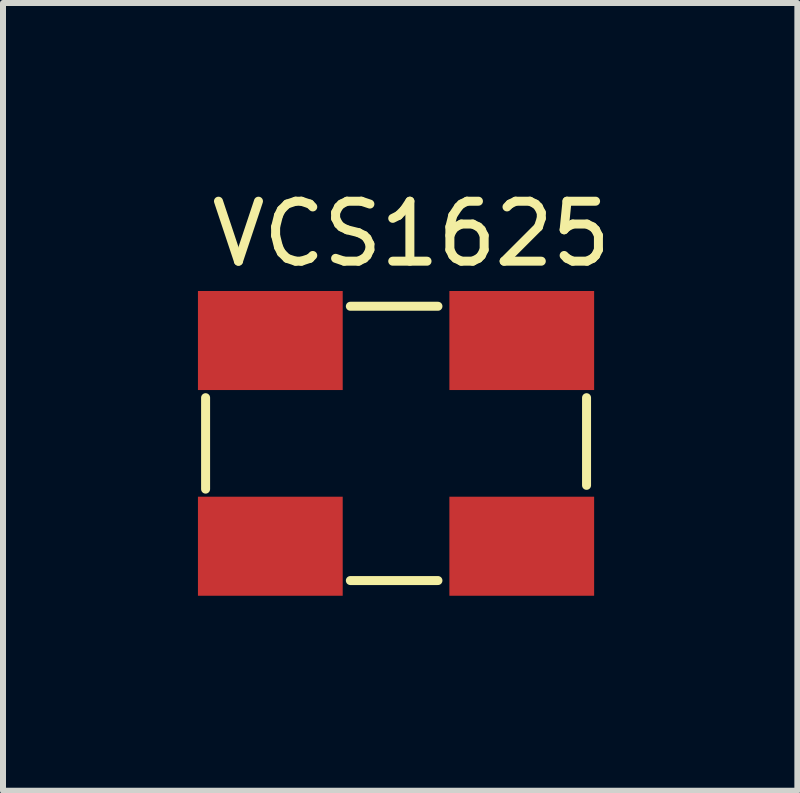
<source format=kicad_pcb>
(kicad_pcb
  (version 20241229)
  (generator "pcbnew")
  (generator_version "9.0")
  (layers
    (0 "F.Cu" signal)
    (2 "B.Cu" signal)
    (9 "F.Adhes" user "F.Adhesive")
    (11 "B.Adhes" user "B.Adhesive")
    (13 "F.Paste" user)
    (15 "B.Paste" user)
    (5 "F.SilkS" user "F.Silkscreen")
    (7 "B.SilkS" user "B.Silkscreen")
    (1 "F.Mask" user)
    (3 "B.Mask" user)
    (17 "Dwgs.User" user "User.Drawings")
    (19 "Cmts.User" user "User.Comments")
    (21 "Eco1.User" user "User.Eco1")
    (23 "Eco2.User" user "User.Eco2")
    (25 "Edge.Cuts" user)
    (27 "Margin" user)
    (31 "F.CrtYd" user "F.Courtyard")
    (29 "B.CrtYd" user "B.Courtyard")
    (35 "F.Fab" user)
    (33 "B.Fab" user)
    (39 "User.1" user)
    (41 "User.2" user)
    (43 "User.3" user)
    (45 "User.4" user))
  (footprint "VCS1625"
    (layer "F.Cu")
    (at 0.25 6.881)
    (property "Reference" "VCS1625" (at 3.556 -6.032 0) (layer "F.SilkS") (effects (font (size 1 1) (thickness 0.15))))
    (attr through_hole)
    (fp_line (start 0.127 -3.302) (end 0.127 -1.778) (stroke (width 0.15) (type solid)) (layer "F.SilkS"))
    (fp_line (start 2.54 -4.826) (end 4 -4.826) (stroke (width 0.15) (type solid)) (layer "F.SilkS"))
    (fp_line (start 2.54 -0.254) (end 4 -0.254) (stroke (width 0.15) (type solid)) (layer "F.SilkS"))
    (fp_line (start 6.477 -3.302) (end 6.477 -1.841) (stroke (width 0.15) (type solid)) (layer "F.SilkS"))
    (pad "E1" smd rect (at 1.206 -4.255) (size 2.413 1.651) (layers "F.Cu" "F.Mask" "F.Paste"))
    (pad "E2" smd rect (at 1.206 -0.826) (size 2.413 1.651) (layers "F.Cu" "F.Mask" "F.Paste"))
    (pad "I1" smd rect (at 5.397 -4.255) (size 2.413 1.651) (layers "F.Cu" "F.Mask" "F.Paste"))
    (pad "I2" smd rect (at 5.397 -0.826) (size 2.413 1.651) (layers "F.Cu" "F.Mask" "F.Paste")))
  (gr_rect
    (start -3 -3)
    (end 10.241 10.131)
    (stroke (width 0.1) (type default))
    (fill no)
    (layer "Edge.Cuts")))
</source>
